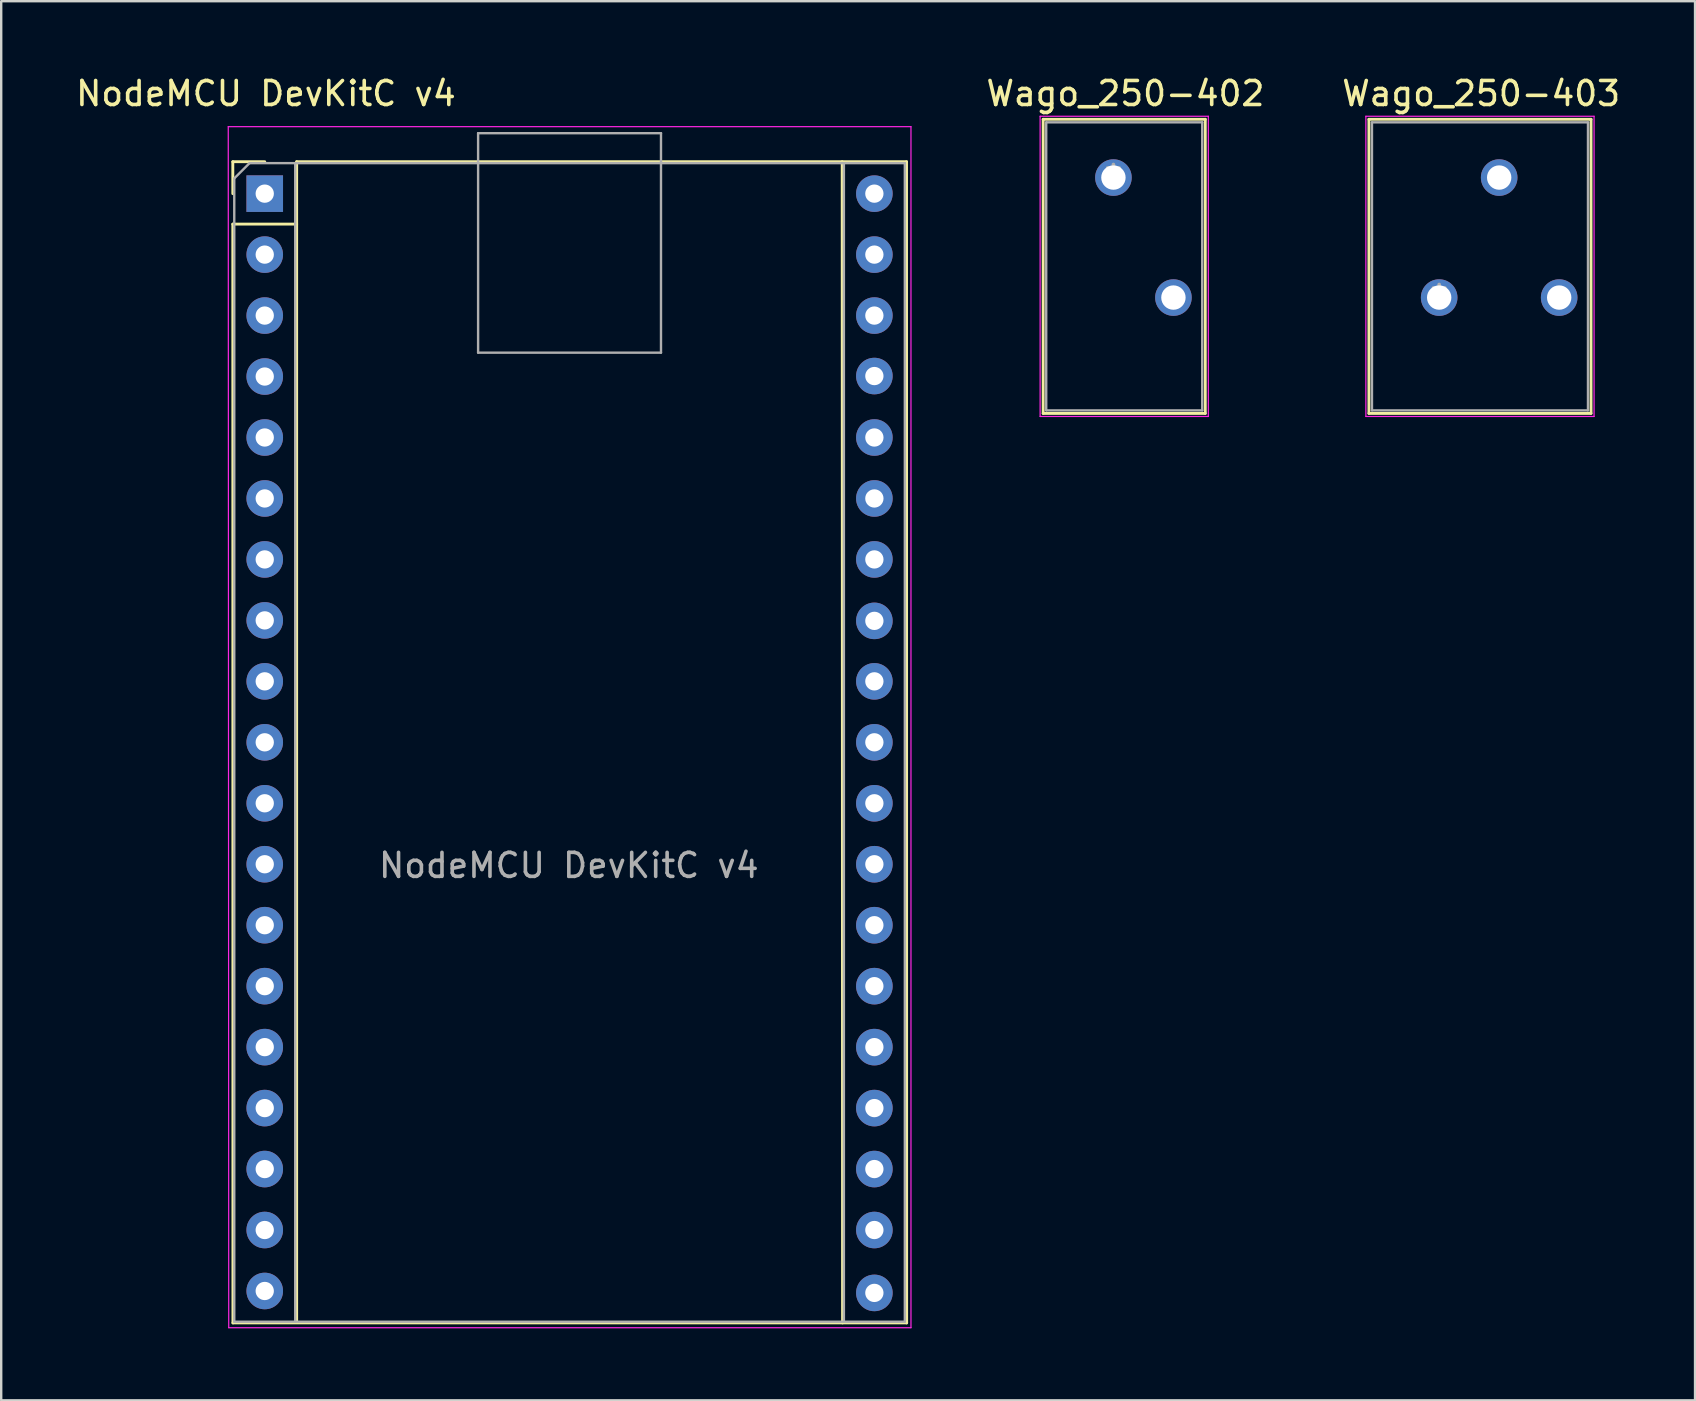
<source format=kicad_pcb>
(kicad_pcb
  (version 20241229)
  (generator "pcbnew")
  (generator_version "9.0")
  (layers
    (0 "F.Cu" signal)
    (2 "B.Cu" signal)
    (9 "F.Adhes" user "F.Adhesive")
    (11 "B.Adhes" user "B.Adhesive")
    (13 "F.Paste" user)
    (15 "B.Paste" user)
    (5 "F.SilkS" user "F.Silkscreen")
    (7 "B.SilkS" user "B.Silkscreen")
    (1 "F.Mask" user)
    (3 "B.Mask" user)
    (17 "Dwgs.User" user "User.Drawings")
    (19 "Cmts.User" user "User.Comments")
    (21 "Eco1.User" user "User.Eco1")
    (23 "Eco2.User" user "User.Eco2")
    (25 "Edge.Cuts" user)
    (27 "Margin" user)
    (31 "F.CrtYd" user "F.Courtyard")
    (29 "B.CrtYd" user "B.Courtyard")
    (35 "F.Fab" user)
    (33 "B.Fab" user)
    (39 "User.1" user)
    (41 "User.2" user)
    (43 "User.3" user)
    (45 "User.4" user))
  (footprint "Wago_250-402"
    (layer "F.Cu")
    (at 43.34 4.348)
    (property "Reference" "Wago_250-402" (at 0.5 -3.5 0) (layer "F.SilkS") (effects (font (size 1 1) (thickness 0.15))))
    (attr through_hole)
    (fp_line (start -2.927 -2.427) (end -2.927 9.827) (stroke (width 0.12) (type solid)) (layer "F.SilkS"))
    (fp_line (start -2.927 9.827) (end 3.827 9.827) (stroke (width 0.12) (type solid)) (layer "F.SilkS"))
    (fp_line (start 3.827 -2.427) (end -2.927 -2.427) (stroke (width 0.12) (type solid)) (layer "F.SilkS"))
    (fp_line (start 3.827 9.827) (end 3.827 -2.427) (stroke (width 0.12) (type solid)) (layer "F.SilkS"))
    (fp_line (start -3.054 -2.554) (end -3.054 9.954) (stroke (width 0.05) (type solid)) (layer "F.CrtYd"))
    (fp_line (start -3.054 9.954) (end 3.954 9.954) (stroke (width 0.05) (type solid)) (layer "F.CrtYd"))
    (fp_line (start 3.954 -2.554) (end -3.054 -2.554) (stroke (width 0.05) (type solid)) (layer "F.CrtYd"))
    (fp_line (start 3.954 9.954) (end 3.954 -2.554) (stroke (width 0.05) (type solid)) (layer "F.CrtYd"))
    (fp_line (start -2.8 -2.3) (end -2.8 9.7) (stroke (width 0.1) (type solid)) (layer "F.Fab"))
    (fp_line (start -2.8 9.7) (end 3.7 9.7) (stroke (width 0.1) (type solid)) (layer "F.Fab"))
    (fp_line (start 3.7 -2.3) (end -2.8 -2.3) (stroke (width 0.1) (type solid)) (layer "F.Fab"))
    (fp_line (start 3.7 9.7) (end 3.7 -2.3) (stroke (width 0.1) (type solid)) (layer "F.Fab"))
    (fp_text user "Copyright 2021 Accelerated Designs. All rights reserved." (at 0 0 0) (layer "Cmts.User") (effects (font (size 0.127 0.127) (thickness 0.002))))
    (fp_text user "*" (at 0 0 0) (layer "F.Fab") (effects (font (size 1 1) (thickness 0.15))))
    (pad "1" thru_hole circle (at 0 0) (size 1.524 1.524) (drill 1.016) (layers "*.Cu" "*.Mask"))
    (pad "2" thru_hole circle (at 2.5 5) (size 1.524 1.524) (drill 1.016) (layers "*.Cu" "*.Mask")))
  (footprint "Wago_250-403"
    (layer "F.Cu")
    (at 56.912 9.348)
    (property "Reference" "Wago_250-403" (at 1.75 -8.5 0) (layer "F.SilkS") (effects (font (size 1 1) (thickness 0.15))))
    (attr through_hole)
    (fp_line (start -2.927 -7.427) (end -2.927 4.827) (stroke (width 0.12) (type solid)) (layer "F.SilkS"))
    (fp_line (start -2.927 4.827) (end 6.327 4.827) (stroke (width 0.12) (type solid)) (layer "F.SilkS"))
    (fp_line (start 6.327 -7.427) (end -2.927 -7.427) (stroke (width 0.12) (type solid)) (layer "F.SilkS"))
    (fp_line (start 6.327 4.827) (end 6.327 -7.427) (stroke (width 0.12) (type solid)) (layer "F.SilkS"))
    (fp_line (start -3.054 -7.554) (end -3.054 4.954) (stroke (width 0.05) (type solid)) (layer "F.CrtYd"))
    (fp_line (start -3.054 4.954) (end 6.454 4.954) (stroke (width 0.05) (type solid)) (layer "F.CrtYd"))
    (fp_line (start 6.454 -7.554) (end -3.054 -7.554) (stroke (width 0.05) (type solid)) (layer "F.CrtYd"))
    (fp_line (start 6.454 4.954) (end 6.454 -7.554) (stroke (width 0.05) (type solid)) (layer "F.CrtYd"))
    (fp_line (start -2.8 -7.3) (end -2.8 4.7) (stroke (width 0.1) (type solid)) (layer "F.Fab"))
    (fp_line (start -2.8 4.7) (end 6.2 4.7) (stroke (width 0.1) (type solid)) (layer "F.Fab"))
    (fp_line (start 6.2 -7.3) (end -2.8 -7.3) (stroke (width 0.1) (type solid)) (layer "F.Fab"))
    (fp_line (start 6.2 4.7) (end 6.2 -7.3) (stroke (width 0.1) (type solid)) (layer "F.Fab"))
    (fp_text user "Copyright 2021 Accelerated Designs. All rights reserved." (at 0 0 0) (layer "Cmts.User") (effects (font (size 0.127 0.127) (thickness 0.002))))
    (fp_text user "*" (at 0 0 0) (layer "F.Fab") (effects (font (size 1 1) (thickness 0.15))))
    (pad "1" thru_hole circle (at 0 0) (size 1.524 1.524) (drill 1.016) (layers "*.Cu" "*.Mask"))
    (pad "2" thru_hole circle (at 2.5 -5) (size 1.524 1.524) (drill 1.016) (layers "*.Cu" "*.Mask"))
    (pad "3" thru_hole circle (at 5 0) (size 1.524 1.524) (drill 1.016) (layers "*.Cu" "*.Mask")))
  (footprint "NodeMCU DevKitC v4"
    (layer "F.Cu")
    (at 7.98 5.018)
    (property "Reference" "NodeMCU DevKitC v4" (at 0.05 -4.17 0) (layer "F.SilkS") (effects (font (size 1 1) (thickness 0.15))))
    (attr through_hole)
    (fp_line (start -1.33 -1.33) (end -1.33 0) (stroke (width 0.12) (type solid)) (layer "F.SilkS"))
    (fp_line (start -1.33 1.27) (end 1.33 1.27) (stroke (width 0.12) (type solid)) (layer "F.SilkS"))
    (fp_line (start -1.325 47.05) (end -1.33 1.27) (stroke (width 0.12) (type solid)) (layer "F.SilkS"))
    (fp_line (start 0 -1.33) (end -1.33 -1.33) (stroke (width 0.12) (type solid)) (layer "F.SilkS"))
    (fp_line (start 1.33 -1.33) (end 1.33 47.025) (stroke (width 0.12) (type solid)) (layer "F.SilkS"))
    (fp_line (start 1.33 -1.33) (end 26.74 -1.33) (stroke (width 0.12) (type solid)) (layer "F.SilkS"))
    (fp_line (start 24.075 47.05) (end 24.06 -1.33) (stroke (width 0.12) (type solid)) (layer "F.SilkS"))
    (fp_line (start 26.74 -1.33) (end 26.745 47.05) (stroke (width 0.12) (type solid)) (layer "F.SilkS"))
    (fp_line (start 26.745 47.05) (end -1.325 47.05) (stroke (width 0.12) (type solid)) (layer "F.SilkS"))
    (fp_line (start -1.52 -2.79) (end 26.925 -2.79) (stroke (width 0.05) (type solid)) (layer "F.CrtYd"))
    (fp_line (start -1.5 47.25) (end -1.52 -2.79) (stroke (width 0.05) (type solid)) (layer "F.CrtYd"))
    (fp_line (start 26.925 -2.79) (end 26.925 47.25) (stroke (width 0.05) (type solid)) (layer "F.CrtYd"))
    (fp_line (start 26.925 47.25) (end -1.5 47.25) (stroke (width 0.05) (type solid)) (layer "F.CrtYd"))
    (fp_line (start -1.27 -0.635) (end -0.635 -1.27) (stroke (width 0.1) (type solid)) (layer "F.Fab"))
    (fp_line (start -1.27 47) (end -1.27 -0.635) (stroke (width 0.1) (type solid)) (layer "F.Fab"))
    (fp_line (start -0.635 -1.27) (end 26.67 -1.27) (stroke (width 0.1) (type solid)) (layer "F.Fab"))
    (fp_line (start 1.27 -1.27) (end 1.27 47) (stroke (width 0.1) (type solid)) (layer "F.Fab"))
    (fp_line (start 8.89 -2.519) (end 16.51 -2.519) (stroke (width 0.1) (type solid)) (layer "F.Fab"))
    (fp_line (start 8.89 6.625) (end 8.89 -2.519) (stroke (width 0.1) (type solid)) (layer "F.Fab"))
    (fp_line (start 8.89 6.625) (end 16.51 6.625) (stroke (width 0.1) (type solid)) (layer "F.Fab"))
    (fp_line (start 16.51 -2.519) (end 16.51 6.625) (stroke (width 0.1) (type solid)) (layer "F.Fab"))
    (fp_line (start 24.13 -1.27) (end 24.13 47) (stroke (width 0.1) (type solid)) (layer "F.Fab"))
    (fp_line (start 26.67 -1.27) (end 26.67 47) (stroke (width 0.1) (type solid)) (layer "F.Fab"))
    (fp_line (start 26.67 47) (end -1.27 47) (stroke (width 0.1) (type solid)) (layer "F.Fab"))
    (fp_text user "${REFERENCE}" (at 12.67 27.99 0) (layer "F.Fab") (effects (font (size 1 1) (thickness 0.15))))
    (pad "1" thru_hole rect (at 0 0) (size 1.524 1.524) (drill 0.762) (layers "*.Cu" "*.Mask"))
    (pad "2" thru_hole circle (at 0 2.54) (size 1.524 1.524) (drill 0.762) (layers "*.Cu" "*.Mask"))
    (pad "3" thru_hole circle (at 0 5.08) (size 1.524 1.524) (drill 0.762) (layers "*.Cu" "*.Mask"))
    (pad "4" thru_hole circle (at 0 7.62) (size 1.524 1.524) (drill 0.762) (layers "*.Cu" "*.Mask"))
    (pad "5" thru_hole circle (at 0 10.16) (size 1.524 1.524) (drill 0.762) (layers "*.Cu" "*.Mask"))
    (pad "6" thru_hole circle (at 0 12.7) (size 1.524 1.524) (drill 0.762) (layers "*.Cu" "*.Mask"))
    (pad "7" thru_hole circle (at 0 15.24) (size 1.524 1.524) (drill 0.762) (layers "*.Cu" "*.Mask"))
    (pad "8" thru_hole circle (at 0 17.78) (size 1.524 1.524) (drill 0.762) (layers "*.Cu" "*.Mask"))
    (pad "9" thru_hole circle (at 0 20.32) (size 1.524 1.524) (drill 0.762) (layers "*.Cu" "*.Mask"))
    (pad "10" thru_hole circle (at 0 22.86) (size 1.524 1.524) (drill 0.762) (layers "*.Cu" "*.Mask"))
    (pad "11" thru_hole circle (at 0 25.4) (size 1.524 1.524) (drill 0.762) (layers "*.Cu" "*.Mask"))
    (pad "12" thru_hole circle (at 0 27.94) (size 1.524 1.524) (drill 0.762) (layers "*.Cu" "*.Mask"))
    (pad "13" thru_hole circle (at 0 30.48) (size 1.524 1.524) (drill 0.762) (layers "*.Cu" "*.Mask"))
    (pad "14" thru_hole circle (at 0 33.02) (size 1.524 1.524) (drill 0.762) (layers "*.Cu" "*.Mask"))
    (pad "15" thru_hole circle (at 0 35.56) (size 1.524 1.524) (drill 0.762) (layers "*.Cu" "*.Mask"))
    (pad "16" thru_hole circle (at 0 38.1) (size 1.524 1.524) (drill 0.762) (layers "*.Cu" "*.Mask"))
    (pad "17" thru_hole circle (at 0 40.64) (size 1.524 1.524) (drill 0.762) (layers "*.Cu" "*.Mask"))
    (pad "18" thru_hole circle (at 0 43.18) (size 1.524 1.524) (drill 0.762) (layers "*.Cu" "*.Mask"))
    (pad "19" thru_hole circle (at 0 45.72) (size 1.524 1.524) (drill 0.762) (layers "*.Cu" "*.Mask"))
    (pad "20" thru_hole circle (at 25.4 45.8) (size 1.524 1.524) (drill 0.762) (layers "*.Cu" "*.Mask"))
    (pad "21" thru_hole circle (at 25.4 43.18) (size 1.524 1.524) (drill 0.762) (layers "*.Cu" "*.Mask"))
    (pad "22" thru_hole circle (at 25.4 40.64) (size 1.524 1.524) (drill 0.762) (layers "*.Cu" "*.Mask"))
    (pad "23" thru_hole circle (at 25.4 38.1) (size 1.524 1.524) (drill 0.762) (layers "*.Cu" "*.Mask"))
    (pad "24" thru_hole circle (at 25.4 35.56) (size 1.524 1.524) (drill 0.762) (layers "*.Cu" "*.Mask"))
    (pad "25" thru_hole circle (at 25.4 33.02) (size 1.524 1.524) (drill 0.762) (layers "*.Cu" "*.Mask"))
    (pad "26" thru_hole circle (at 25.4 30.48) (size 1.524 1.524) (drill 0.762) (layers "*.Cu" "*.Mask"))
    (pad "27" thru_hole circle (at 25.4 27.94) (size 1.524 1.524) (drill 0.762) (layers "*.Cu" "*.Mask"))
    (pad "28" thru_hole circle (at 25.4 25.4) (size 1.524 1.524) (drill 0.762) (layers "*.Cu" "*.Mask"))
    (pad "29" thru_hole circle (at 25.4 22.86) (size 1.524 1.524) (drill 0.762) (layers "*.Cu" "*.Mask"))
    (pad "30" thru_hole circle (at 25.4 20.32) (size 1.524 1.524) (drill 0.762) (layers "*.Cu" "*.Mask"))
    (pad "31" thru_hole circle (at 25.4 17.8) (size 1.524 1.524) (drill 0.762) (layers "*.Cu" "*.Mask"))
    (pad "32" thru_hole circle (at 25.4 15.24) (size 1.524 1.524) (drill 0.762) (layers "*.Cu" "*.Mask"))
    (pad "33" thru_hole circle (at 25.4 12.7) (size 1.524 1.524) (drill 0.762) (layers "*.Cu" "*.Mask"))
    (pad "34" thru_hole circle (at 25.4 10.16) (size 1.524 1.524) (drill 0.762) (layers "*.Cu" "*.Mask"))
    (pad "35" thru_hole circle (at 25.4 7.6) (size 1.524 1.524) (drill 0.762) (layers "*.Cu" "*.Mask"))
    (pad "36" thru_hole circle (at 25.4 5.08) (size 1.524 1.524) (drill 0.762) (layers "*.Cu" "*.Mask"))
    (pad "37" thru_hole circle (at 25.4 2.54) (size 1.524 1.524) (drill 0.762) (layers "*.Cu" "*.Mask"))
    (pad "38" thru_hole circle (at 25.4 0) (size 1.524 1.524) (drill 0.762) (layers "*.Cu" "*.Mask")))
  (gr_rect
    (start -3 -3)
    (end 67.573 55.293)
    (stroke (width 0.1) (type default))
    (fill no)
    (layer "Edge.Cuts")))
</source>
